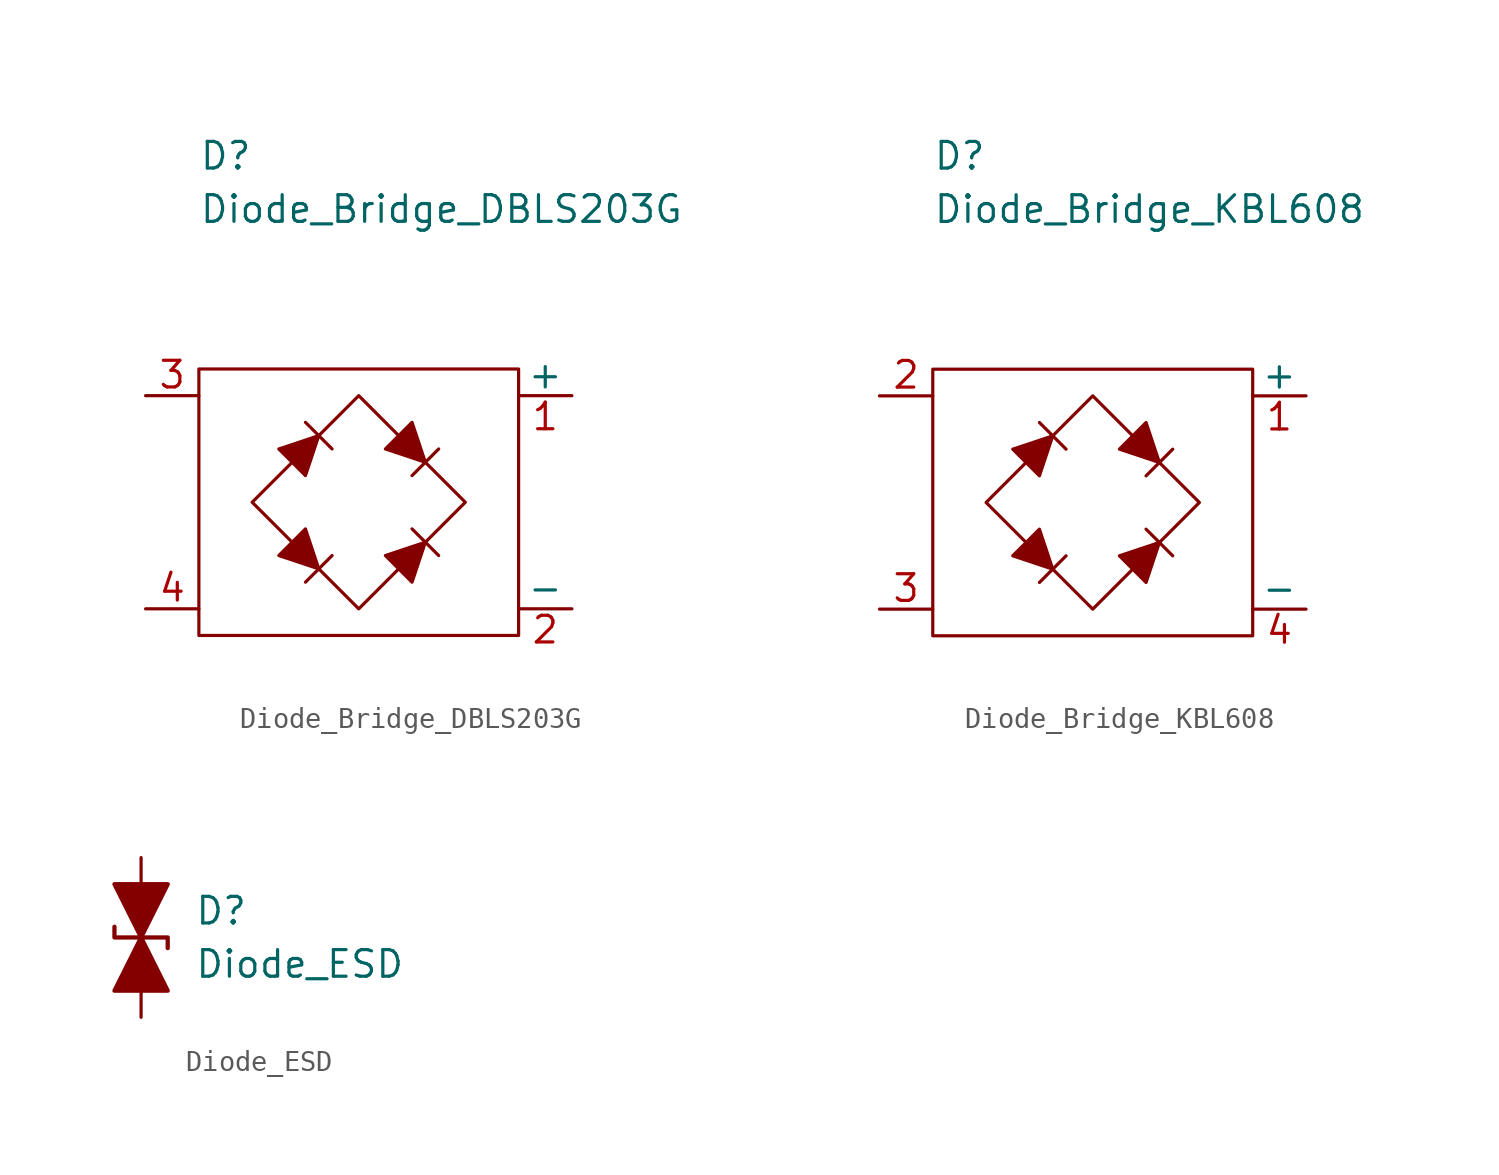
<source format=kicad_sym>
(kicad_symbol_lib
  (version 20211014)
  (generator kicad_symbol_editor)
  (symbol "Diode_Bridge_DBLS203G"
    (pin_names
      (offset 0))
    (property "Reference" "D"
      (at -7.62 16.51 0)
      (effects (font (size 1.27 1.27)) (justify left)))
    (property "Value" "Diode_Bridge_DBLS203G"
      (at -7.62 13.97 0)
      (effects (font (size 1.27 1.27)) (justify left)))
    (symbol "Diode_Bridge_DBLS203G_0_1"
      (rectangle (start -7.62 6.35) (end 7.62 -6.35) (stroke (width 0.152) (type default) (color 0 0 0 0)) (fill (type none)))
      (polyline (pts (xy -2.54 3.81) (xy -1.27 2.54)) (stroke (width 0) (type default) (color 0 0 0 0)) (fill (type none)))
      (polyline (pts (xy -1.27 -2.54) (xy -2.54 -3.81)) (stroke (width 0) (type default) (color 0 0 0 0)) (fill (type none)))
      (polyline (pts (xy 2.54 -1.27) (xy 3.81 -2.54)) (stroke (width 0) (type default) (color 0 0 0 0)) (fill (type none)))
      (polyline (pts (xy 2.54 1.27) (xy 3.81 2.54)) (stroke (width 0) (type default) (color 0 0 0 0)) (fill (type none)))
      (polyline (pts (xy -3.81 2.54) (xy -2.54 1.27) (xy -1.905 3.175) (xy -3.81 2.54)) (stroke (width 0) (type default) (color 0 0 0 0)) (fill (type outline)))
      (polyline (pts (xy -2.54 -1.27) (xy -3.81 -2.54) (xy -1.905 -3.175) (xy -2.54 -1.27)) (stroke (width 0) (type default) (color 0 0 0 0)) (fill (type outline)))
      (polyline (pts (xy 1.27 2.54) (xy 2.54 3.81) (xy 3.175 1.905) (xy 1.27 2.54)) (stroke (width 0) (type default) (color 0 0 0 0)) (fill (type outline)))
      (polyline (pts (xy 3.175 -1.905) (xy 1.27 -2.54) (xy 2.54 -3.81) (xy 3.175 -1.905)) (stroke (width 0) (type default) (color 0 0 0 0)) (fill (type outline)))
      (polyline (pts (xy -5.08 0) (xy 0 -5.08) (xy 5.08 0) (xy 0 5.08) (xy -5.08 0)) (stroke (width 0) (type default) (color 0 0 0 0)) (fill (type none))))
    (symbol "Diode_Bridge_DBLS203G_1_1"
      (pin passive line (at 10.16 5.08 180) (length 2.54) (name "+" (effects (font (size 1.27 1.27)))) (number "1" (effects (font (size 1.27 1.27)))))
      (pin passive line (at 10.16 -5.08 180) (length 2.54) (name "-" (effects (font (size 1.27 1.27)))) (number "2" (effects (font (size 1.27 1.27)))))
      (pin passive line (at -10.16 5.08 0) (length 2.54) (name "~" (effects (font (size 1.27 1.27)))) (number "3" (effects (font (size 1.27 1.27)))))
      (pin passive line (at -10.16 -5.08 0) (length 2.54) (name "~" (effects (font (size 1.27 1.27)))) (number "4" (effects (font (size 1.27 1.27)))))))
  (symbol "Diode_Bridge_KBL608"
    (pin_names
      (offset 0))
    (property "Reference" "D"
      (at -7.62 16.51 0)
      (effects (font (size 1.27 1.27)) (justify left)))
    (property "Value" "Diode_Bridge_KBL608"
      (at -7.62 13.97 0)
      (effects (font (size 1.27 1.27)) (justify left)))
    (symbol "Diode_Bridge_KBL608_0_1"
      (rectangle (start -7.62 6.35) (end 7.62 -6.35) (stroke (width 0.152) (type default) (color 0 0 0 0)) (fill (type none)))
      (polyline (pts (xy -2.54 3.81) (xy -1.27 2.54)) (stroke (width 0) (type default) (color 0 0 0 0)) (fill (type none)))
      (polyline (pts (xy -1.27 -2.54) (xy -2.54 -3.81)) (stroke (width 0) (type default) (color 0 0 0 0)) (fill (type none)))
      (polyline (pts (xy 2.54 -1.27) (xy 3.81 -2.54)) (stroke (width 0) (type default) (color 0 0 0 0)) (fill (type none)))
      (polyline (pts (xy 2.54 1.27) (xy 3.81 2.54)) (stroke (width 0) (type default) (color 0 0 0 0)) (fill (type none)))
      (polyline (pts (xy -3.81 2.54) (xy -2.54 1.27) (xy -1.905 3.175) (xy -3.81 2.54)) (stroke (width 0) (type default) (color 0 0 0 0)) (fill (type outline)))
      (polyline (pts (xy -2.54 -1.27) (xy -3.81 -2.54) (xy -1.905 -3.175) (xy -2.54 -1.27)) (stroke (width 0) (type default) (color 0 0 0 0)) (fill (type outline)))
      (polyline (pts (xy 1.27 2.54) (xy 2.54 3.81) (xy 3.175 1.905) (xy 1.27 2.54)) (stroke (width 0) (type default) (color 0 0 0 0)) (fill (type outline)))
      (polyline (pts (xy 3.175 -1.905) (xy 1.27 -2.54) (xy 2.54 -3.81) (xy 3.175 -1.905)) (stroke (width 0) (type default) (color 0 0 0 0)) (fill (type outline)))
      (polyline (pts (xy -5.08 0) (xy 0 -5.08) (xy 5.08 0) (xy 0 5.08) (xy -5.08 0)) (stroke (width 0) (type default) (color 0 0 0 0)) (fill (type none))))
    (symbol "Diode_Bridge_KBL608_1_1"
      (pin passive line (at 10.16 5.08 180) (length 2.54) (name "+" (effects (font (size 1.27 1.27)))) (number "1" (effects (font (size 1.27 1.27)))))
      (pin passive line (at -10.16 5.08 0) (length 2.54) (name "~" (effects (font (size 1.27 1.27)))) (number "2" (effects (font (size 1.27 1.27)))))
      (pin passive line (at -10.16 -5.08 0) (length 2.54) (name "~" (effects (font (size 1.27 1.27)))) (number "3" (effects (font (size 1.27 1.27)))))
      (pin passive line (at 10.16 -5.08 180) (length 2.54) (name "-" (effects (font (size 1.27 1.27)))) (number "4" (effects (font (size 1.27 1.27)))))))
  (symbol "Diode_ESD"
    (pin_numbers hide)
    (pin_names
      (offset 1.016) hide)
    (property "Reference" "D"
      (at 2.54 -2.54 0)
      (effects (font (size 1.27 1.27)) (justify left)))
    (property "Value" "Diode_ESD"
      (at 2.54 -5.08 0)
      (effects (font (size 1.27 1.27)) (justify left)))
    (symbol "Diode_ESD_0_1"
      (polyline (pts (xy 0 -2.54) (xy 0 -5.08)) (stroke (width 0) (type default) (color 0 0 0 0)) (fill (type none)))
      (polyline (pts (xy -1.27 -3.302) (xy -1.27 -3.81) (xy 1.27 -3.81) (xy 1.27 -4.318)) (stroke (width 0.203) (type default) (color 0 0 0 0)) (fill (type none)))
      (polyline (pts (xy -1.27 -1.27) (xy 1.27 -1.27) (xy 0 -3.81) (xy -1.27 -1.27)) (stroke (width 0.203) (type default) (color 0 0 0 0)) (fill (type outline)))
      (polyline (pts (xy 1.27 -6.35) (xy 0 -3.81) (xy -1.27 -6.35) (xy 1.27 -6.35)) (stroke (width 0.203) (type default) (color 0 0 0 0)) (fill (type outline))))
    (symbol "Diode_ESD_1_1"
      (pin passive line (at 0 -7.62 90) (length 1.27) (name "A" (effects (font (size 1.27 1.27)))) (number "A" (effects (font (size 1.27 1.27)))))
      (pin passive line (at 0 0 270) (length 1.27) (name "C" (effects (font (size 1.27 1.27)))) (number "C" (effects (font (size 1.27 1.27))))))))
</source>
